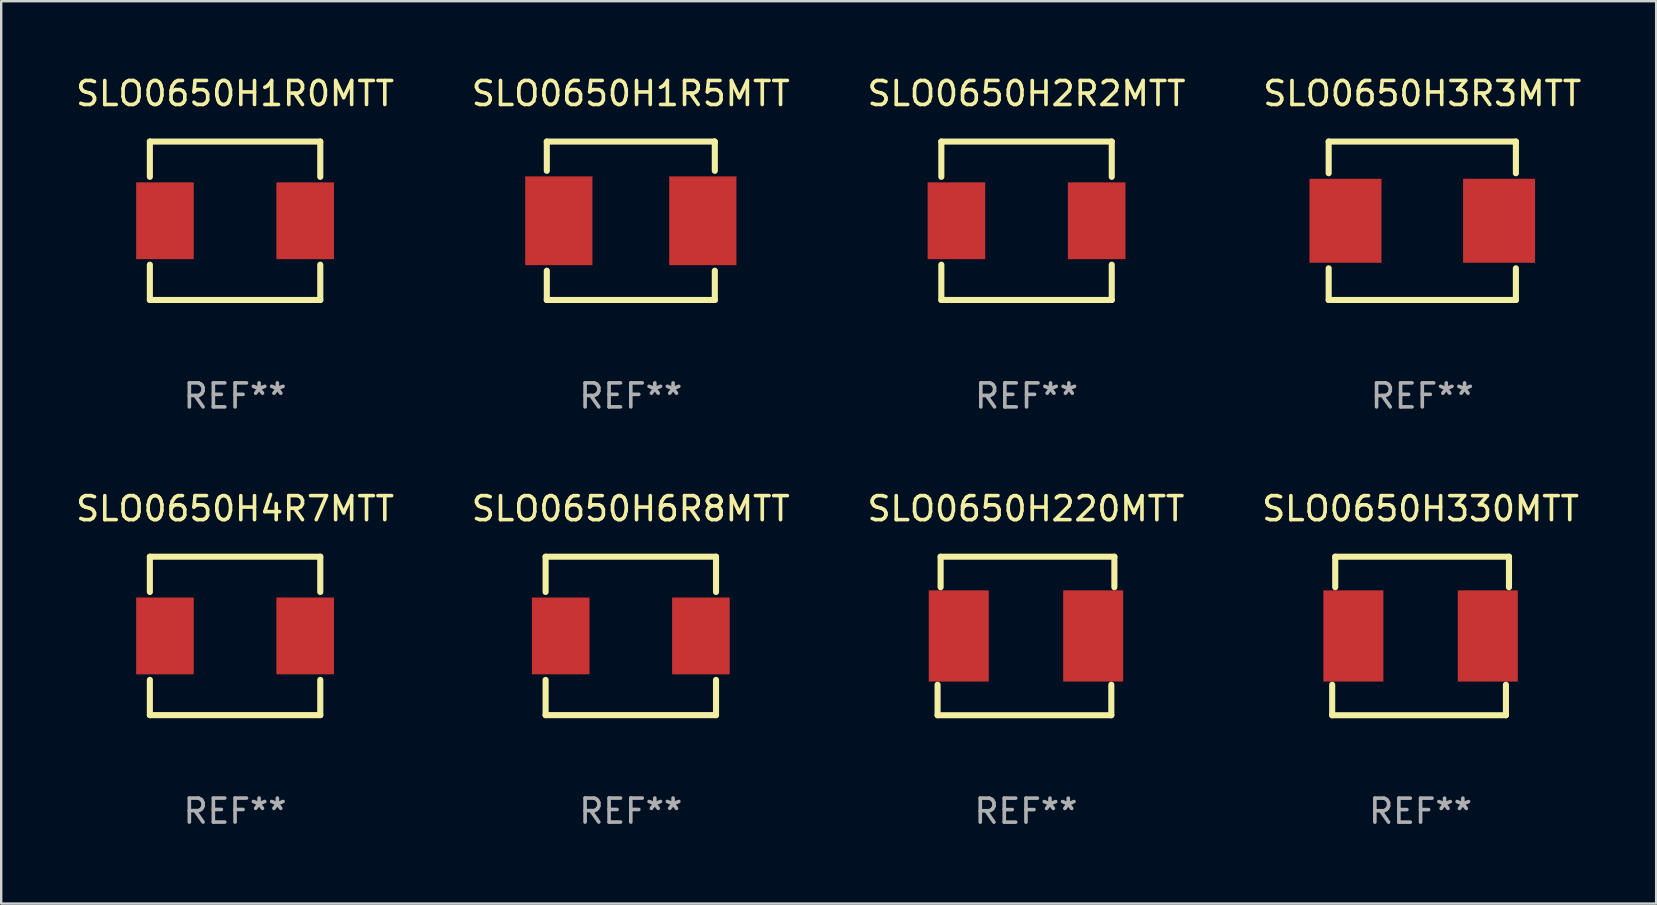
<source format=kicad_pcb>
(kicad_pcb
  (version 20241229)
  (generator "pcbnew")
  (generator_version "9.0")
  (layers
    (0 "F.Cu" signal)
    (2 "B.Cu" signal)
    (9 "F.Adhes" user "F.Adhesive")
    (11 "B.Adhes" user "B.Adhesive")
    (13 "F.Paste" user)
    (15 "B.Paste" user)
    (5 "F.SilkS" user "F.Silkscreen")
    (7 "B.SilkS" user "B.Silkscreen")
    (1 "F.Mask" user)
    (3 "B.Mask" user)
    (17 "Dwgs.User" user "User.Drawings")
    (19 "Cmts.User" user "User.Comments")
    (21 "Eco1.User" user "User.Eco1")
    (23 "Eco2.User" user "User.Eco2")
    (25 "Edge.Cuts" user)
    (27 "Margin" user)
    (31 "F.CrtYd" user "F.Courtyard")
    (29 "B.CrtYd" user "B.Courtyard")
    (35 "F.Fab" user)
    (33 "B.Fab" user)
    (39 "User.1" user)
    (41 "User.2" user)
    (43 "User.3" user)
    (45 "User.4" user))
  (footprint "SLO0650H220MTT"
    (layer "F.Cu")
    (at 39.696 23.447)
    (property "Reference" "SLO0650H220MTT" (at 0 -5.302 0) (layer "F.SilkS") (effects (font (size 1 1) (thickness 0.15))))
    (attr through_hole)
    (fp_line (start -3.683 3.302) (end -3.683 2.032) (stroke (width 0.254) (type solid)) (layer "F.SilkS"))
    (fp_line (start -3.556 -3.302) (end 3.683 -3.302) (stroke (width 0.254) (type solid)) (layer "F.SilkS"))
    (fp_line (start -3.556 -2.032) (end -3.556 -3.302) (stroke (width 0.254) (type solid)) (layer "F.SilkS"))
    (fp_line (start 3.556 2.032) (end 3.556 3.302) (stroke (width 0.254) (type solid)) (layer "F.SilkS"))
    (fp_line (start 3.556 3.302) (end -3.683 3.302) (stroke (width 0.254) (type solid)) (layer "F.SilkS"))
    (fp_line (start 3.683 -3.302) (end 3.683 -2.032) (stroke (width 0.254) (type solid)) (layer "F.SilkS"))
    (fp_circle (center -3.55 3.3) (end -3.52 3.3) (stroke (width 0.06) (type solid)) (fill no) (layer "F.SilkS"))
    (fp_text user "REF**" (at 0 7.302 0) (layer "F.Fab") (effects (font (size 1 1) (thickness 0.15))))
    (pad "1" smd rect (at -2.8 0) (size 2.5 3.8) (layers "F.Cu" "F.Mask" "F.Paste"))
    (pad "2" smd rect (at 2.8 0) (size 2.5 3.8) (layers "F.Cu" "F.Mask" "F.Paste")))
  (footprint "SLO0650H1R0MTT"
    (layer "F.Cu")
    (at 6.744 6.148)
    (property "Reference" "SLO0650H1R0MTT" (at 0 -5.3 0) (layer "F.SilkS") (effects (font (size 1 1) (thickness 0.15))))
    (attr through_hole)
    (fp_line (start -3.55 -3.3) (end 3.55 -3.3) (stroke (width 0.254) (type solid)) (layer "F.SilkS"))
    (fp_line (start -3.55 -1.831) (end -3.55 -3.3) (stroke (width 0.254) (type solid)) (layer "F.SilkS"))
    (fp_line (start -3.55 3.3) (end -3.55 1.831) (stroke (width 0.254) (type solid)) (layer "F.SilkS"))
    (fp_line (start -3.55 3.3) (end 3.55 3.3) (stroke (width 0.254) (type solid)) (layer "F.SilkS"))
    (fp_line (start 3.55 -1.831) (end 3.55 -3.3) (stroke (width 0.254) (type solid)) (layer "F.SilkS"))
    (fp_line (start 3.55 3.3) (end 3.55 1.831) (stroke (width 0.254) (type solid)) (layer "F.SilkS"))
    (fp_circle (center -3.55 3.3) (end -3.52 3.3) (stroke (width 0.06) (type solid)) (fill no) (layer "F.SilkS"))
    (fp_text user "REF**" (at 0 7.3 0) (layer "F.Fab") (effects (font (size 1 1) (thickness 0.15))))
    (pad "1" smd rect (at -2.921 0) (size 2.4 3.2) (layers "F.Cu" "F.Mask" "F.Paste"))
    (pad "2" smd rect (at 2.921 0) (size 2.4 3.2) (layers "F.Cu" "F.Mask" "F.Paste")))
  (footprint "SLO0650H3R3MTT"
    (layer "F.Cu")
    (at 56.208 6.148)
    (property "Reference" "SLO0650H3R3MTT" (at 0 -5.3 0) (layer "F.SilkS") (effects (font (size 1 1) (thickness 0.15))))
    (attr through_hole)
    (fp_line (start -3.9 -3.3) (end -3.9 -1.981) (stroke (width 0.254) (type solid)) (layer "F.SilkS"))
    (fp_line (start -3.9 -3.3) (end 3.9 -3.3) (stroke (width 0.254) (type solid)) (layer "F.SilkS"))
    (fp_line (start -3.9 1.981) (end -3.9 3.3) (stroke (width 0.254) (type solid)) (layer "F.SilkS"))
    (fp_line (start 3.9 3.3) (end -3.9 3.3) (stroke (width 0.254) (type solid)) (layer "F.SilkS"))
    (fp_line (start 3.9 -3.3) (end 3.9 -1.981) (stroke (width 0.254) (type solid)) (layer "F.SilkS"))
    (fp_line (start 3.9 1.981) (end 3.9 3.3) (stroke (width 0.254) (type solid)) (layer "F.SilkS"))
    (fp_circle (center -3.55 3.3) (end -3.52 3.3) (stroke (width 0.06) (type solid)) (fill no) (layer "F.SilkS"))
    (fp_text user "REF**" (at 0 7.3 0) (layer "F.Fab") (effects (font (size 1 1) (thickness 0.15))))
    (pad "1" smd rect (at -3.2 0.000279) (size 3 3.5) (layers "F.Cu" "F.Mask" "F.Paste"))
    (pad "2" smd rect (at 3.2 0.000279) (size 3 3.5) (layers "F.Cu" "F.Mask" "F.Paste")))
  (footprint "SLO0650H2R2MTT"
    (layer "F.Cu")
    (at 39.72 6.148)
    (property "Reference" "SLO0650H2R2MTT" (at 0 -5.3 0) (layer "F.SilkS") (effects (font (size 1 1) (thickness 0.15))))
    (attr through_hole)
    (fp_line (start -3.55 -3.3) (end 3.55 -3.3) (stroke (width 0.254) (type solid)) (layer "F.SilkS"))
    (fp_line (start -3.55 -1.831) (end -3.55 -3.3) (stroke (width 0.254) (type solid)) (layer "F.SilkS"))
    (fp_line (start -3.55 3.3) (end -3.55 1.831) (stroke (width 0.254) (type solid)) (layer "F.SilkS"))
    (fp_line (start -3.55 3.3) (end 3.55 3.3) (stroke (width 0.254) (type solid)) (layer "F.SilkS"))
    (fp_line (start 3.55 -1.831) (end 3.55 -3.3) (stroke (width 0.254) (type solid)) (layer "F.SilkS"))
    (fp_line (start 3.55 3.3) (end 3.55 1.831) (stroke (width 0.254) (type solid)) (layer "F.SilkS"))
    (fp_circle (center -3.55 3.3) (end -3.52 3.3) (stroke (width 0.06) (type solid)) (fill no) (layer "F.SilkS"))
    (fp_text user "REF**" (at 0 7.3 0) (layer "F.Fab") (effects (font (size 1 1) (thickness 0.15))))
    (pad "1" smd rect (at -2.921 0) (size 2.4 3.2) (layers "F.Cu" "F.Mask" "F.Paste"))
    (pad "2" smd rect (at 2.921 0) (size 2.4 3.2) (layers "F.Cu" "F.Mask" "F.Paste")))
  (footprint "SLO0650H330MTT"
    (layer "F.Cu")
    (at 56.137 23.447)
    (property "Reference" "SLO0650H330MTT" (at 0 -5.302 0) (layer "F.SilkS") (effects (font (size 1 1) (thickness 0.15))))
    (attr through_hole)
    (fp_line (start -3.683 3.302) (end -3.683 2.032) (stroke (width 0.254) (type solid)) (layer "F.SilkS"))
    (fp_line (start -3.556 -3.302) (end 3.683 -3.302) (stroke (width 0.254) (type solid)) (layer "F.SilkS"))
    (fp_line (start -3.556 -2.032) (end -3.556 -3.302) (stroke (width 0.254) (type solid)) (layer "F.SilkS"))
    (fp_line (start 3.556 2.032) (end 3.556 3.302) (stroke (width 0.254) (type solid)) (layer "F.SilkS"))
    (fp_line (start 3.556 3.302) (end -3.683 3.302) (stroke (width 0.254) (type solid)) (layer "F.SilkS"))
    (fp_line (start 3.683 -3.302) (end 3.683 -2.032) (stroke (width 0.254) (type solid)) (layer "F.SilkS"))
    (fp_circle (center -3.55 3.3) (end -3.52 3.3) (stroke (width 0.06) (type solid)) (fill no) (layer "F.SilkS"))
    (fp_text user "REF**" (at 0 7.302 0) (layer "F.Fab") (effects (font (size 1 1) (thickness 0.15))))
    (pad "1" smd rect (at -2.8 0) (size 2.5 3.8) (layers "F.Cu" "F.Mask" "F.Paste"))
    (pad "2" smd rect (at 2.8 0) (size 2.5 3.8) (layers "F.Cu" "F.Mask" "F.Paste")))
  (footprint "SLO0650H6R8MTT"
    (layer "F.Cu")
    (at 23.232 23.445)
    (property "Reference" "SLO0650H6R8MTT" (at 0 -5.3 0) (layer "F.SilkS") (effects (font (size 1 1) (thickness 0.15))))
    (attr through_hole)
    (fp_line (start -3.55 -3.3) (end 3.55 -3.3) (stroke (width 0.254) (type solid)) (layer "F.SilkS"))
    (fp_line (start -3.55 -1.831) (end -3.55 -3.3) (stroke (width 0.254) (type solid)) (layer "F.SilkS"))
    (fp_line (start -3.55 3.3) (end -3.55 1.831) (stroke (width 0.254) (type solid)) (layer "F.SilkS"))
    (fp_line (start -3.55 3.3) (end 3.55 3.3) (stroke (width 0.254) (type solid)) (layer "F.SilkS"))
    (fp_line (start 3.55 -1.831) (end 3.55 -3.3) (stroke (width 0.254) (type solid)) (layer "F.SilkS"))
    (fp_line (start 3.55 3.3) (end 3.55 1.831) (stroke (width 0.254) (type solid)) (layer "F.SilkS"))
    (fp_circle (center -3.55 3.3) (end -3.52 3.3) (stroke (width 0.06) (type solid)) (fill no) (layer "F.SilkS"))
    (fp_text user "REF**" (at 0 7.3 0) (layer "F.Fab") (effects (font (size 1 1) (thickness 0.15))))
    (pad "1" smd rect (at -2.921 0) (size 2.4 3.2) (layers "F.Cu" "F.Mask" "F.Paste"))
    (pad "2" smd rect (at 2.921 0) (size 2.4 3.2) (layers "F.Cu" "F.Mask" "F.Paste")))
  (footprint "SLO0650H4R7MTT"
    (layer "F.Cu")
    (at 6.744 23.445)
    (property "Reference" "SLO0650H4R7MTT" (at 0 -5.3 0) (layer "F.SilkS") (effects (font (size 1 1) (thickness 0.15))))
    (attr through_hole)
    (fp_line (start -3.55 -3.3) (end 3.55 -3.3) (stroke (width 0.254) (type solid)) (layer "F.SilkS"))
    (fp_line (start -3.55 -1.831) (end -3.55 -3.3) (stroke (width 0.254) (type solid)) (layer "F.SilkS"))
    (fp_line (start -3.55 3.3) (end -3.55 1.831) (stroke (width 0.254) (type solid)) (layer "F.SilkS"))
    (fp_line (start -3.55 3.3) (end 3.55 3.3) (stroke (width 0.254) (type solid)) (layer "F.SilkS"))
    (fp_line (start 3.55 -1.831) (end 3.55 -3.3) (stroke (width 0.254) (type solid)) (layer "F.SilkS"))
    (fp_line (start 3.55 3.3) (end 3.55 1.831) (stroke (width 0.254) (type solid)) (layer "F.SilkS"))
    (fp_circle (center -3.55 3.3) (end -3.52 3.3) (stroke (width 0.06) (type solid)) (fill no) (layer "F.SilkS"))
    (fp_text user "REF**" (at 0 7.3 0) (layer "F.Fab") (effects (font (size 1 1) (thickness 0.15))))
    (pad "1" smd rect (at -2.921 0) (size 2.4 3.2) (layers "F.Cu" "F.Mask" "F.Paste"))
    (pad "2" smd rect (at 2.921 0) (size 2.4 3.2) (layers "F.Cu" "F.Mask" "F.Paste")))
  (footprint "SLO0650H1R5MTT"
    (layer "F.Cu")
    (at 23.232 6.148)
    (property "Reference" "SLO0650H1R5MTT" (at 0 -5.3 0) (layer "F.SilkS") (effects (font (size 1 1) (thickness 0.15))))
    (attr through_hole)
    (fp_line (start -3.5 -3.3) (end 3.48 -3.3) (stroke (width 0.254) (type solid)) (layer "F.SilkS"))
    (fp_line (start -3.5 -2.081) (end -3.5 -3.3) (stroke (width 0.254) (type solid)) (layer "F.SilkS"))
    (fp_line (start -3.5 3.3) (end -3.5 2.081) (stroke (width 0.254) (type solid)) (layer "F.SilkS"))
    (fp_line (start -3.49 3.3) (end -3.5 3.3) (stroke (width 0.254) (type solid)) (layer "F.SilkS"))
    (fp_line (start 3.48 -3.3) (end 3.5 -3.28) (stroke (width 0.254) (type solid)) (layer "F.SilkS"))
    (fp_line (start 3.5 -3.3) (end 3.5 -2.081) (stroke (width 0.254) (type solid)) (layer "F.SilkS"))
    (fp_line (start 3.5 2.081) (end 3.5 3.3) (stroke (width 0.254) (type solid)) (layer "F.SilkS"))
    (fp_line (start 3.5 3.3) (end -3.49 3.3) (stroke (width 0.254) (type solid)) (layer "F.SilkS"))
    (fp_circle (center -3.5 3.3) (end -3.47 3.3) (stroke (width 0.06) (type solid)) (fill no) (layer "F.SilkS"))
    (fp_text user "REF**" (at 0 7.3 0) (layer "F.Fab") (effects (font (size 1 1) (thickness 0.15))))
    (pad "1" smd rect (at -3 0) (size 2.8 3.7) (layers "F.Cu" "F.Mask" "F.Paste"))
    (pad "2" smd rect (at 3 0) (size 2.8 3.7) (layers "F.Cu" "F.Mask" "F.Paste")))
  (gr_rect
    (start -3 -3)
    (end 65.952 34.597)
    (stroke (width 0.1) (type default))
    (fill no)
    (layer "Edge.Cuts")))
</source>
